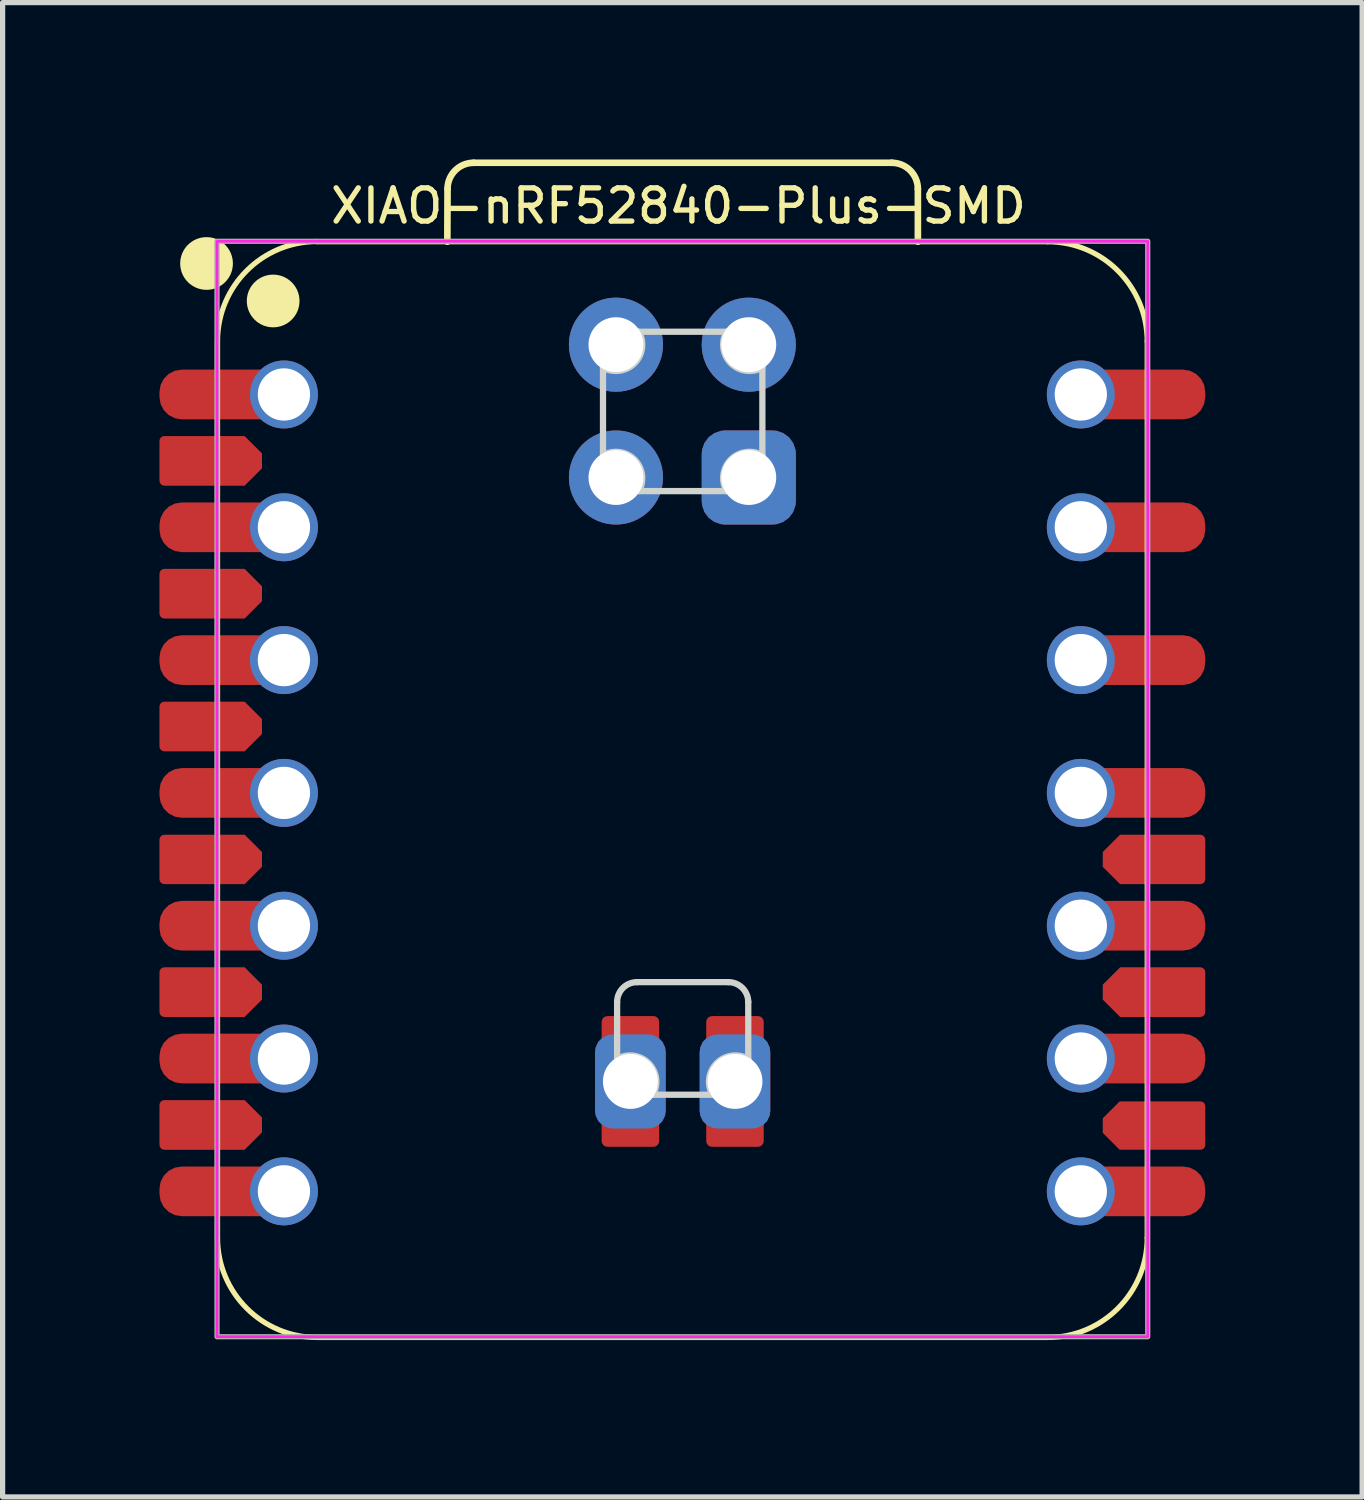
<source format=kicad_pcb>
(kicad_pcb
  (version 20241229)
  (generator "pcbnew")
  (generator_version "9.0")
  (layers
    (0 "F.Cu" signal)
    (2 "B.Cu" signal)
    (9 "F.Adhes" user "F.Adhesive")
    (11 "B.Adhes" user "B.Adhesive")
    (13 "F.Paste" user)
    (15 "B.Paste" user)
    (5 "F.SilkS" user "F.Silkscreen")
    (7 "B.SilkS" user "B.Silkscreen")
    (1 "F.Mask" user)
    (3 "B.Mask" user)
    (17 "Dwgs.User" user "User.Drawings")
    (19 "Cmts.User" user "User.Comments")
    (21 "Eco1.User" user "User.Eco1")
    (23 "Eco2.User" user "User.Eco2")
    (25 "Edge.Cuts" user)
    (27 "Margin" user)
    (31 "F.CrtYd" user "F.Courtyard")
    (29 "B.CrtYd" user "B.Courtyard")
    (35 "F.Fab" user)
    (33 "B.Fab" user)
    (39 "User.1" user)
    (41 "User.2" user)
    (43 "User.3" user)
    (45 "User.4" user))
  (footprint "XIAO-nRF52840-Plus-SMD"
    (layer "F.Cu")
    (at 10 12.114)
    (property "Reference" "XIAO-nRF52840-Plus-SMD" (at -0.075 -11.225 0) (unlocked yes) (layer "F.SilkS") (effects (font (size 0.635 0.635) (thickness 0.102))))
    (attr smd)
    (fp_line (start -8.89 8.509) (end -8.89 -8.636) (stroke (width 0.1) (type solid)) (layer "F.SilkS"))
    (fp_line (start -6.985 10.414) (end 6.985 10.414) (stroke (width 0.1) (type solid)) (layer "F.SilkS"))
    (fp_line (start -4.495 -10.541) (end -4.491 -11.551) (stroke (width 0.127) (type solid)) (layer "F.SilkS"))
    (fp_line (start -3.991 -12.051) (end 4.004 -12.051) (stroke (width 0.127) (type solid)) (layer "F.SilkS"))
    (fp_line (start 4.504 -11.551) (end 4.504 -10.541) (stroke (width 0.127) (type solid)) (layer "F.SilkS"))
    (fp_line (start 6.985 -10.541) (end -6.985 -10.541) (stroke (width 0.1) (type solid)) (layer "F.SilkS"))
    (fp_line (start 8.89 8.509) (end 8.89 -8.636) (stroke (width 0.1) (type solid)) (layer "F.SilkS"))
    (fp_arc (start -8.89 -8.64) (mid -8.332038 -9.987038) (end -6.985 -10.545) (stroke (width 0.1) (type solid)) (layer "F.SilkS"))
    (fp_arc (start -6.985 10.414) (mid -8.332038 9.856038) (end -8.89 8.509) (stroke (width 0.1) (type solid)) (layer "F.SilkS"))
    (fp_arc (start -4.491272 -11.551272) (mid -4.344728 -11.90464) (end -3.991272 -12.051) (stroke (width 0.127) (type default)) (layer "F.SilkS"))
    (fp_arc (start 4.004 -12.051) (mid 4.357524 -11.904524) (end 4.504 -11.551) (stroke (width 0.127) (type default)) (layer "F.SilkS"))
    (fp_arc (start 6.985 -10.541) (mid 8.332024 -9.983024) (end 8.89 -8.636) (stroke (width 0.1) (type solid)) (layer "F.SilkS"))
    (fp_arc (start 8.89 8.509) (mid 8.332038 9.856038) (end 6.985 10.414) (stroke (width 0.1) (type solid)) (layer "F.SilkS"))
    (fp_circle (center -9.1 -10.125) (end -9.1 -10.379) (stroke (width 0.5) (type solid)) (fill yes) (layer "F.SilkS"))
    (fp_circle (center -7.826 -9.408) (end -7.826 -9.662) (stroke (width 0.5) (type solid)) (fill yes) (layer "F.SilkS"))
    (fp_line (start -1.518 -6.458) (end -1.518 -8.134) (stroke (width 0.12) (type solid)) (layer "Edge.Cuts"))
    (fp_line (start -1.248 5.086) (end -1.248 4) (stroke (width 0.12) (type solid)) (layer "Edge.Cuts"))
    (fp_line (start -0.867 3.619) (end 0.879 3.619) (stroke (width 0.12) (type solid)) (layer "Edge.Cuts"))
    (fp_line (start -0.832 -8.82) (end 0.844 -8.82) (stroke (width 0.12) (type solid)) (layer "Edge.Cuts"))
    (fp_line (start -0.832 -5.772) (end 0.844 -5.772) (stroke (width 0.12) (type solid)) (layer "Edge.Cuts"))
    (fp_line (start 0.574 5.772) (end -0.562 5.772) (stroke (width 0.12) (type solid)) (layer "Edge.Cuts"))
    (fp_line (start 1.26 4) (end 1.26 5.086) (stroke (width 0.12) (type solid)) (layer "Edge.Cuts"))
    (fp_line (start 1.53 -6.458) (end 1.53 -8.134) (stroke (width 0.12) (type solid)) (layer "Edge.Cuts"))
    (fp_arc (start -1.517753 -6.458053) (mid -0.914144 -6.375862) (end -0.831953 -5.772253) (stroke (width 0.12) (type solid)) (layer "Edge.Cuts"))
    (fp_arc (start -1.247988 4) (mid -1.136395 3.730593) (end -0.866988 3.619) (stroke (width 0.12) (type solid)) (layer "Edge.Cuts"))
    (fp_arc (start -1.247988 5.086022) (mid -0.644379 5.168213) (end -0.562188 5.771822) (stroke (width 0.12) (type solid)) (layer "Edge.Cuts"))
    (fp_arc (start -0.831953 -8.820253) (mid -0.914144 -8.216644) (end -1.517753 -8.134453) (stroke (width 0.12) (type solid)) (layer "Edge.Cuts"))
    (fp_arc (start 0.574212 5.771821) (mid 0.656403 5.168212) (end 1.260012 5.086021) (stroke (width 0.12) (type solid)) (layer "Edge.Cuts"))
    (fp_arc (start 0.844447 -5.772253) (mid 0.926637 -6.375863) (end 1.530247 -6.458053) (stroke (width 0.12) (type solid)) (layer "Edge.Cuts"))
    (fp_arc (start 0.879012 3.618999) (mid 1.148418 3.730592) (end 1.260012 3.999999) (stroke (width 0.12) (type solid)) (layer "Edge.Cuts"))
    (fp_arc (start 1.530247 -8.134453) (mid 0.92664 -8.216646) (end 0.844447 -8.820253) (stroke (width 0.12) (type solid)) (layer "Edge.Cuts"))
    (fp_rect (start -8.9 10.4) (end 8.9 -10.55) (stroke (width 0.05) (type default)) (fill no) (layer "F.CrtYd"))
    (fp_rect (start -8.9 10.4) (end 8.9 -10.55) (stroke (width 0.1) (type default)) (fill no) (layer "F.Fab"))
    (fp_line (start -8.89 8.509) (end -8.89 -8.636) (stroke (width 0.025) (type solid)) (layer "User.1"))
    (fp_line (start -6.985 10.414) (end 6.985 10.414) (stroke (width 0.025) (type solid)) (layer "User.1"))
    (fp_line (start 6.985 -10.541) (end -6.985 -10.541) (stroke (width 0.025) (type solid)) (layer "User.1"))
    (fp_line (start 8.89 8.509) (end 8.89 -8.636) (stroke (width 0.025) (type solid)) (layer "User.1"))
    (fp_rect (start -3.81 -5.715) (end 3.81 -12.065) (stroke (width 0.076) (type default)) (fill no) (layer "User.1"))
    (fp_arc (start -8.89 -8.636) (mid -8.332038 -9.983038) (end -6.985 -10.541) (stroke (width 0.0254) (type solid)) (layer "User.1"))
    (fp_arc (start -6.985 10.414) (mid -8.332038 9.856038) (end -8.89 8.509) (stroke (width 0.0254) (type solid)) (layer "User.1"))
    (fp_arc (start 6.985 -10.541) (mid 8.332038 -9.983038) (end 8.89 -8.636) (stroke (width 0.0254) (type solid)) (layer "User.1"))
    (fp_arc (start 8.89 8.509) (mid 8.332038 9.856038) (end 6.985 10.414) (stroke (width 0.0254) (type solid)) (layer "User.1"))
    (fp_circle (center -9.619 -7.62) (end -9.619 -7.747) (stroke (width 0.025) (type default)) (fill no) (layer "User.1"))
    (fp_circle (center -9.619 -5.08) (end -9.619 -5.207) (stroke (width 0.025) (type default)) (fill no) (layer "User.1"))
    (fp_circle (center -9.619 -2.54) (end -9.619 -2.667) (stroke (width 0.025) (type default)) (fill no) (layer "User.1"))
    (fp_circle (center -9.619 0) (end -9.619 -0.127) (stroke (width 0.025) (type default)) (fill no) (layer "User.1"))
    (fp_circle (center -9.619 2.54) (end -9.619 2.413) (stroke (width 0.025) (type default)) (fill no) (layer "User.1"))
    (fp_circle (center -9.619 5.08) (end -9.619 4.953) (stroke (width 0.025) (type default)) (fill no) (layer "User.1"))
    (fp_circle (center -9.619 7.62) (end -9.619 7.493) (stroke (width 0.025) (type default)) (fill no) (layer "User.1"))
    (fp_circle (center -7.62 -7.62) (end -7.62 -7.747) (stroke (width 0.025) (type default)) (fill no) (layer "User.1"))
    (fp_circle (center -7.62 -7.62) (end -7.62 -7.747) (stroke (width 0.025) (type default)) (fill no) (layer "User.1"))
    (fp_circle (center -7.62 -5.08) (end -7.62 -5.207) (stroke (width 0.025) (type default)) (fill no) (layer "User.1"))
    (fp_circle (center -7.62 -5.08) (end -7.62 -5.207) (stroke (width 0.025) (type default)) (fill no) (layer "User.1"))
    (fp_circle (center -7.62 -2.54) (end -7.62 -2.667) (stroke (width 0.025) (type default)) (fill no) (layer "User.1"))
    (fp_circle (center -7.62 -2.54) (end -7.62 -2.667) (stroke (width 0.025) (type default)) (fill no) (layer "User.1"))
    (fp_circle (center -7.62 0) (end -7.62 -0.127) (stroke (width 0.025) (type default)) (fill no) (layer "User.1"))
    (fp_circle (center -7.62 0) (end -7.62 -0.127) (stroke (width 0.025) (type default)) (fill no) (layer "User.1"))
    (fp_circle (center -7.62 2.54) (end -7.62 2.413) (stroke (width 0.025) (type default)) (fill no) (layer "User.1"))
    (fp_circle (center -7.62 2.54) (end -7.62 2.413) (stroke (width 0.025) (type default)) (fill no) (layer "User.1"))
    (fp_circle (center -7.62 5.08) (end -7.62 4.953) (stroke (width 0.025) (type default)) (fill no) (layer "User.1"))
    (fp_circle (center -7.62 5.08) (end -7.62 4.953) (stroke (width 0.025) (type default)) (fill no) (layer "User.1"))
    (fp_circle (center -7.62 7.62) (end -7.62 7.493) (stroke (width 0.025) (type default)) (fill no) (layer "User.1"))
    (fp_circle (center -7.62 7.62) (end -7.62 7.493) (stroke (width 0.025) (type default)) (fill no) (layer "User.1"))
    (fp_circle (center 7.62 -7.62) (end 7.62 -7.747) (stroke (width 0.025) (type default)) (fill no) (layer "User.1"))
    (fp_circle (center 7.62 -5.08) (end 7.62 -5.207) (stroke (width 0.025) (type default)) (fill no) (layer "User.1"))
    (fp_circle (center 7.62 -2.54) (end 7.62 -2.667) (stroke (width 0.025) (type default)) (fill no) (layer "User.1"))
    (fp_circle (center 7.62 0) (end 7.62 -0.127) (stroke (width 0.025) (type default)) (fill no) (layer "User.1"))
    (fp_circle (center 7.62 2.54) (end 7.62 2.413) (stroke (width 0.025) (type default)) (fill no) (layer "User.1"))
    (fp_circle (center 7.62 5.08) (end 7.62 4.953) (stroke (width 0.025) (type default)) (fill no) (layer "User.1"))
    (fp_circle (center 7.62 7.62) (end 7.62 7.493) (stroke (width 0.025) (type default)) (fill no) (layer "User.1"))
    (fp_circle (center 9.619 -7.62) (end 9.619 -7.747) (stroke (width 0.025) (type default)) (fill no) (layer "User.1"))
    (fp_circle (center 9.619 -5.08) (end 9.619 -5.207) (stroke (width 0.025) (type default)) (fill no) (layer "User.1"))
    (fp_circle (center 9.619 -2.54) (end 9.619 -2.667) (stroke (width 0.025) (type default)) (fill no) (layer "User.1"))
    (fp_circle (center 9.619 0) (end 9.619 -0.127) (stroke (width 0.025) (type default)) (fill no) (layer "User.1"))
    (fp_circle (center 9.619 2.54) (end 9.619 2.413) (stroke (width 0.025) (type default)) (fill no) (layer "User.1"))
    (fp_circle (center 9.619 5.08) (end 9.619 4.953) (stroke (width 0.025) (type default)) (fill no) (layer "User.1"))
    (fp_circle (center 9.619 7.62) (end 9.619 7.493) (stroke (width 0.025) (type default)) (fill no) (layer "User.1"))
    (pad "1" smd roundrect (at -8.62 -7.62) (size 2.761 0.95) (layers "F.Cu" "F.Mask" "F.Paste") (roundrect_rratio 0.45))
    (pad "1" thru_hole circle (at -7.62 -7.62) (size 1.3 1.3) (drill 1) (layers "*.Cu" "*.Mask"))
    (pad "2" smd roundrect (at -8.62 -5.08) (size 2.761 0.95) (layers "F.Cu" "F.Mask" "F.Paste") (roundrect_rratio 0.45))
    (pad "2" thru_hole circle (at -7.62 -5.08) (size 1.3 1.3) (drill 1) (layers "*.Cu" "*.Mask"))
    (pad "3" smd roundrect (at -8.62 -2.54) (size 2.761 0.95) (layers "F.Cu" "F.Mask" "F.Paste") (roundrect_rratio 0.45))
    (pad "3" thru_hole circle (at -7.62 -2.54) (size 1.3 1.3) (drill 1) (layers "*.Cu" "*.Mask"))
    (pad "4" smd roundrect (at -8.62 0) (size 2.761 0.95) (layers "F.Cu" "F.Mask" "F.Paste") (roundrect_rratio 0.45))
    (pad "4" thru_hole circle (at -7.62 0) (size 1.3 1.3) (drill 1) (layers "*.Cu" "*.Mask"))
    (pad "5" smd roundrect (at -8.62 2.54) (size 2.761 0.95) (layers "F.Cu" "F.Mask" "F.Paste") (roundrect_rratio 0.45))
    (pad "5" thru_hole circle (at -7.62 2.54) (size 1.3 1.3) (drill 1) (layers "*.Cu" "*.Mask"))
    (pad "6" smd roundrect (at -8.62 5.08) (size 2.761 0.95) (layers "F.Cu" "F.Mask" "F.Paste") (roundrect_rratio 0.45))
    (pad "6" thru_hole circle (at -7.62 5.08) (size 1.3 1.3) (drill 1) (layers "*.Cu" "*.Mask"))
    (pad "7" smd roundrect (at -8.62 7.62) (size 2.761 0.95) (layers "F.Cu" "F.Mask" "F.Paste") (roundrect_rratio 0.45))
    (pad "7" thru_hole circle (at -7.62 7.62) (size 1.3 1.3) (drill 1) (layers "*.Cu" "*.Mask"))
    (pad "8" thru_hole circle (at 7.62 7.62) (size 1.3 1.3) (drill 1) (layers "*.Cu" "*.Mask"))
    (pad "8" smd roundrect (at 8.62 7.62) (size 2.761 0.95) (layers "F.Cu" "F.Mask" "F.Paste") (roundrect_rratio 0.45))
    (pad "9" thru_hole circle (at 7.62 5.08) (size 1.3 1.3) (drill 1) (layers "*.Cu" "*.Mask"))
    (pad "9" smd roundrect (at 8.62 5.08) (size 2.761 0.95) (layers "F.Cu" "F.Mask" "F.Paste") (roundrect_rratio 0.45))
    (pad "10" thru_hole circle (at 7.62 2.54) (size 1.3 1.3) (drill 1) (layers "*.Cu" "*.Mask"))
    (pad "10" smd roundrect (at 8.62 2.54) (size 2.761 0.95) (layers "F.Cu" "F.Mask" "F.Paste") (roundrect_rratio 0.45))
    (pad "11" thru_hole circle (at 7.62 0) (size 1.3 1.3) (drill 1) (layers "*.Cu" "*.Mask"))
    (pad "11" smd roundrect (at 8.62 0) (size 2.761 0.95) (layers "F.Cu" "F.Mask" "F.Paste") (roundrect_rratio 0.45))
    (pad "12" thru_hole circle (at 7.62 -2.54) (size 1.3 1.3) (drill 1) (layers "*.Cu" "*.Mask"))
    (pad "12" smd roundrect (at 8.62 -2.54) (size 2.761 0.95) (layers "F.Cu" "F.Mask" "F.Paste") (roundrect_rratio 0.45))
    (pad "13" thru_hole circle (at 7.62 -5.08) (size 1.3 1.3) (drill 1) (layers "*.Cu" "*.Mask"))
    (pad "13" smd roundrect (at 8.62 -5.08) (size 2.761 0.95) (layers "F.Cu" "F.Mask" "F.Paste") (roundrect_rratio 0.45))
    (pad "14" thru_hole circle (at 7.62 -7.62) (size 1.3 1.3) (drill 1) (layers "*.Cu" "*.Mask"))
    (pad "14" smd roundrect (at 8.62 -7.62) (size 2.761 0.95) (layers "F.Cu" "F.Mask" "F.Paste") (roundrect_rratio 0.45))
    (pad "15" smd roundrect (at -9.02 -6.35 180) (size 1.961 0.95) (layers "F.Cu" "F.Mask" "F.Paste") (roundrect_rratio 0.1) (chamfer_ratio 0.35) (chamfer top_left bottom_left))
    (pad "16" smd roundrect (at -9.02 -3.81 180) (size 1.961 0.95) (layers "F.Cu" "F.Mask" "F.Paste") (roundrect_rratio 0.1) (chamfer_ratio 0.35) (chamfer top_left bottom_left))
    (pad "17" smd roundrect (at -9.02 -1.27 180) (size 1.961 0.95) (layers "F.Cu" "F.Mask" "F.Paste") (roundrect_rratio 0.1) (chamfer_ratio 0.35) (chamfer top_left bottom_left))
    (pad "18" smd roundrect (at -9.02 1.272 180) (size 1.961 0.945) (layers "F.Cu" "F.Mask" "F.Paste") (roundrect_rratio 0.1) (chamfer_ratio 0.35) (chamfer top_left bottom_left))
    (pad "19" smd roundrect (at -9.02 3.81 180) (size 1.961 0.95) (layers "F.Cu" "F.Mask" "F.Paste") (roundrect_rratio 0.1) (chamfer_ratio 0.35) (chamfer top_left bottom_left))
    (pad "20" smd roundrect (at -9.02 6.35 180) (size 1.961 0.95) (layers "F.Cu" "F.Mask" "F.Paste") (roundrect_rratio 0.1) (chamfer_ratio 0.35) (chamfer top_left bottom_left))
    (pad "21" smd roundrect (at 9.02 6.362) (size 1.961 0.925) (layers "F.Cu" "F.Mask" "F.Paste") (roundrect_rratio 0.1) (chamfer_ratio 0.35) (chamfer top_left bottom_left))
    (pad "22" smd roundrect (at 9.02 3.81) (size 1.961 0.95) (layers "F.Cu" "F.Mask" "F.Paste") (roundrect_rratio 0.1) (chamfer_ratio 0.35) (chamfer top_left bottom_left))
    (pad "23" smd roundrect (at 9.02 1.272) (size 1.961 0.945) (layers "F.Cu" "F.Mask" "F.Paste") (roundrect_rratio 0.1) (chamfer_ratio 0.35) (chamfer top_left bottom_left))
    (pad "24" thru_hole circle (at -1.27 -8.572 180) (size 1.8 1.8) (drill 1.05) (layers "*.Cu" "*.Mask"))
    (pad "25" thru_hole circle (at 1.27 -8.572 180) (size 1.8 1.8) (drill 1.05) (layers "*.Cu" "*.Mask"))
    (pad "26" thru_hole circle (at -1.27 -6.032 180) (size 1.8 1.8) (drill 1.05) (layers "*.Cu" "*.Mask"))
    (pad "27" thru_hole roundrect (at 1.27 -6.032 180) (size 1.8 1.8) (drill 1.05) (layers "*.Cu" "*.Mask") (roundrect_rratio 0.25))
    (pad "28" thru_hole roundrect (at -0.994 5.518 90) (size 1.8 1.35) (drill 1.05) (layers "*.Cu" "*.Mask") (roundrect_rratio 0.25))
    (pad "28" smd roundrect (at -0.994 5.518 270) (size 2.5 1.1) (layers "F.Cu" "F.Mask" "F.Paste") (roundrect_rratio 0.1))
    (pad "29" thru_hole roundrect (at 1.006 5.518 90) (size 1.8 1.35) (drill 1.05) (layers "*.Cu" "*.Mask") (roundrect_rratio 0.25))
    (pad "29" smd roundrect (at 1.006 5.518 270) (size 2.5 1.1) (layers "F.Cu" "F.Mask" "F.Paste") (roundrect_rratio 0.1)))
  (gr_rect
    (start -3 -3)
    (end 23 25.578)
    (stroke (width 0.1) (type default))
    (fill no)
    (layer "Edge.Cuts")))
</source>
